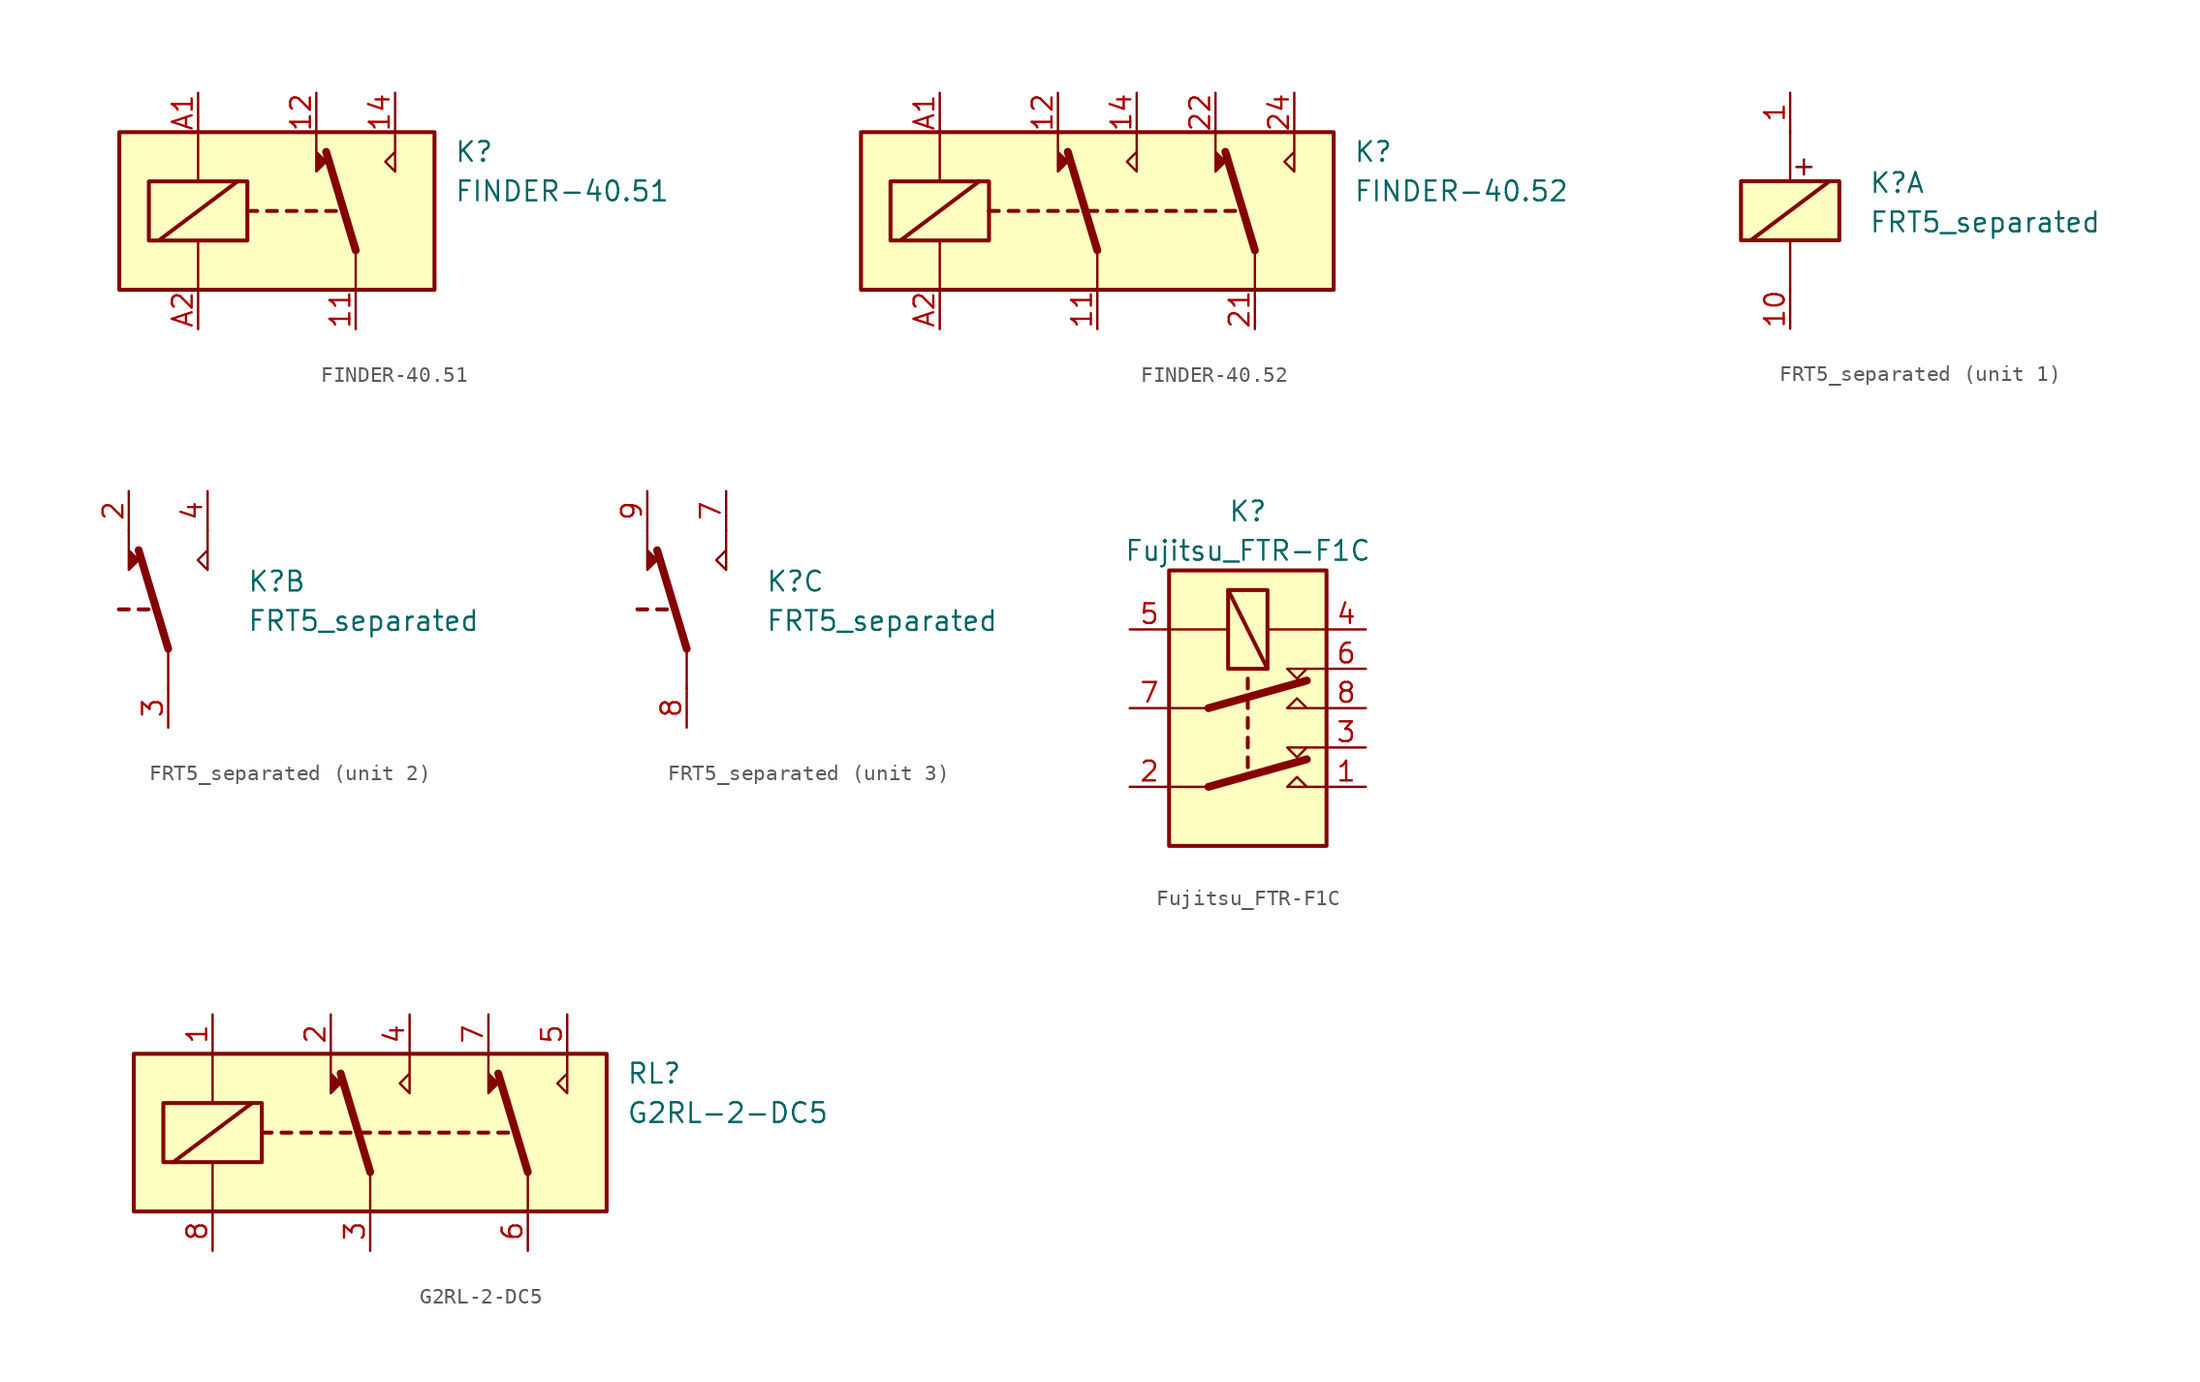
<source format=kicad_sym>
(kicad_symbol_lib
  (version 20201005)
  (generator kicad_symbol_editor)
  (symbol "FINDER-40.51"
    (property "Reference" "K"
      (at 11.43 3.81 0)
      (effects (font (size 1.27 1.27)) (justify left)))
    (property "Value" "FINDER-40.51"
      (at 11.43 1.27 0)
      (effects (font (size 1.27 1.27)) (justify left)))
    (symbol "FINDER-40.51_0_0"
      (polyline (pts (xy 7.62 5.08) (xy 7.62 2.54) (xy 6.985 3.175) (xy 7.62 3.81)) (stroke (width 0)) (fill (type none))))
    (symbol "FINDER-40.51_0_1"
      (rectangle (start -8.255 1.905) (end -1.905 -1.905) (stroke (width 0.254)) (fill (type none)))
      (rectangle (start -10.16 5.08) (end 10.16 -5.08) (stroke (width 0.254)) (fill (type background)))
      (polyline (pts (xy -7.62 -1.905) (xy -2.54 1.905)) (stroke (width 0.254)) (fill (type none)))
      (polyline (pts (xy -5.08 -5.08) (xy -5.08 -1.905)) (stroke (width 0)) (fill (type none)))
      (polyline (pts (xy -5.08 5.08) (xy -5.08 1.905)) (stroke (width 0)) (fill (type none)))
      (polyline (pts (xy -1.905 0) (xy -1.27 0)) (stroke (width 0.254)) (fill (type none)))
      (polyline (pts (xy -0.635 0) (xy 0 0)) (stroke (width 0.254)) (fill (type none)))
      (polyline (pts (xy 0.635 0) (xy 1.27 0)) (stroke (width 0.254)) (fill (type none)))
      (polyline (pts (xy 1.905 0) (xy 2.54 0)) (stroke (width 0.254)) (fill (type none)))
      (polyline (pts (xy 3.175 0) (xy 3.81 0)) (stroke (width 0.254)) (fill (type none)))
      (polyline (pts (xy 5.08 -2.54) (xy 3.175 3.81)) (stroke (width 0.508)) (fill (type none)))
      (polyline (pts (xy 5.08 -2.54) (xy 5.08 -5.08)) (stroke (width 0)) (fill (type none)))
      (polyline (pts (xy 2.54 5.08) (xy 2.54 2.54) (xy 3.175 3.175) (xy 2.54 3.81)) (stroke (width 0)) (fill (type outline))))
    (symbol "FINDER-40.51_1_1"
      (pin passive line (at 5.08 -7.62 90) (length 2.54) (name "~" (effects (font (size 1.27 1.27)))) (number "11" (effects (font (size 1.27 1.27)))))
      (pin passive line (at 2.54 7.62 270) (length 2.54) (name "~" (effects (font (size 1.27 1.27)))) (number "12" (effects (font (size 1.27 1.27)))))
      (pin passive line (at 7.62 7.62 270) (length 2.54) (name "~" (effects (font (size 1.27 1.27)))) (number "14" (effects (font (size 1.27 1.27)))))
      (pin passive line (at -5.08 7.62 270) (length 2.54) (name "~" (effects (font (size 1.27 1.27)))) (number "A1" (effects (font (size 1.27 1.27)))))
      (pin passive line (at -5.08 -7.62 90) (length 2.54) (name "~" (effects (font (size 1.27 1.27)))) (number "A2" (effects (font (size 1.27 1.27)))))))
  (symbol "FINDER-40.52"
    (property "Reference" "K"
      (at 16.51 3.81 0)
      (effects (font (size 1.27 1.27)) (justify left)))
    (property "Value" "FINDER-40.52"
      (at 16.51 1.27 0)
      (effects (font (size 1.27 1.27)) (justify left)))
    (symbol "FINDER-40.52_0_1"
      (rectangle (start -13.335 1.905) (end -6.985 -1.905) (stroke (width 0.254)) (fill (type none)))
      (rectangle (start -15.24 5.08) (end 15.24 -5.08) (stroke (width 0.254)) (fill (type background)))
      (polyline (pts (xy -12.7 -1.905) (xy -7.62 1.905)) (stroke (width 0.254)) (fill (type none)))
      (polyline (pts (xy -10.16 -5.08) (xy -10.16 -1.905)) (stroke (width 0)) (fill (type none)))
      (polyline (pts (xy -10.16 5.08) (xy -10.16 1.905)) (stroke (width 0)) (fill (type none)))
      (polyline (pts (xy -6.985 0) (xy -6.35 0)) (stroke (width 0.254)) (fill (type none)))
      (polyline (pts (xy -5.715 0) (xy -5.08 0)) (stroke (width 0.254)) (fill (type none)))
      (polyline (pts (xy -4.445 0) (xy -3.81 0)) (stroke (width 0.254)) (fill (type none)))
      (polyline (pts (xy -3.175 0) (xy -2.54 0)) (stroke (width 0.254)) (fill (type none)))
      (polyline (pts (xy -1.905 0) (xy -1.27 0)) (stroke (width 0.254)) (fill (type none)))
      (polyline (pts (xy -0.635 0) (xy 0 0)) (stroke (width 0.254)) (fill (type none)))
      (polyline (pts (xy 0 -2.54) (xy -1.905 3.81)) (stroke (width 0.508)) (fill (type none)))
      (polyline (pts (xy 0 -2.54) (xy 0 -5.08)) (stroke (width 0)) (fill (type none)))
      (polyline (pts (xy 0.635 0) (xy 1.27 0)) (stroke (width 0.254)) (fill (type none)))
      (polyline (pts (xy 1.905 0) (xy 2.54 0)) (stroke (width 0.254)) (fill (type none)))
      (polyline (pts (xy 3.175 0) (xy 3.81 0)) (stroke (width 0.254)) (fill (type none)))
      (polyline (pts (xy 4.445 0) (xy 5.08 0)) (stroke (width 0.254)) (fill (type none)))
      (polyline (pts (xy 5.715 0) (xy 6.35 0)) (stroke (width 0.254)) (fill (type none)))
      (polyline (pts (xy 6.985 0) (xy 7.62 0)) (stroke (width 0.254)) (fill (type none)))
      (polyline (pts (xy 8.255 0) (xy 8.89 0)) (stroke (width 0.254)) (fill (type none)))
      (polyline (pts (xy 10.16 -2.54) (xy 8.255 3.81)) (stroke (width 0.508)) (fill (type none)))
      (polyline (pts (xy 10.16 -2.54) (xy 10.16 -5.08)) (stroke (width 0)) (fill (type none)))
      (polyline (pts (xy 2.54 5.08) (xy 2.54 2.54) (xy 1.905 3.175) (xy 2.54 3.81)) (stroke (width 0)) (fill (type none)))
      (polyline (pts (xy 12.7 5.08) (xy 12.7 2.54) (xy 12.065 3.175) (xy 12.7 3.81)) (stroke (width 0)) (fill (type none)))
      (polyline (pts (xy -2.54 5.08) (xy -2.54 2.54) (xy -1.905 3.175) (xy -2.54 3.81)) (stroke (width 0)) (fill (type outline)))
      (polyline (pts (xy 7.62 5.08) (xy 7.62 2.54) (xy 8.255 3.175) (xy 7.62 3.81)) (stroke (width 0)) (fill (type outline))))
    (symbol "FINDER-40.52_1_1"
      (pin passive line (at 0 -7.62 90) (length 2.54) (name "~" (effects (font (size 1.27 1.27)))) (number "11" (effects (font (size 1.27 1.27)))))
      (pin passive line (at -2.54 7.62 270) (length 2.54) (name "~" (effects (font (size 1.27 1.27)))) (number "12" (effects (font (size 1.27 1.27)))))
      (pin passive line (at 2.54 7.62 270) (length 2.54) (name "~" (effects (font (size 1.27 1.27)))) (number "14" (effects (font (size 1.27 1.27)))))
      (pin passive line (at 10.16 -7.62 90) (length 2.54) (name "~" (effects (font (size 1.27 1.27)))) (number "21" (effects (font (size 1.27 1.27)))))
      (pin passive line (at 7.62 7.62 270) (length 2.54) (name "~" (effects (font (size 1.27 1.27)))) (number "22" (effects (font (size 1.27 1.27)))))
      (pin passive line (at 12.7 7.62 270) (length 2.54) (name "~" (effects (font (size 1.27 1.27)))) (number "24" (effects (font (size 1.27 1.27)))))
      (pin passive line (at -10.16 7.62 270) (length 2.54) (name "~" (effects (font (size 1.27 1.27)))) (number "A1" (effects (font (size 1.27 1.27)))))
      (pin passive line (at -10.16 -7.62 90) (length 2.54) (name "~" (effects (font (size 1.27 1.27)))) (number "A2" (effects (font (size 1.27 1.27)))))))
  (symbol "FRT5_separated"
    (property "Reference" "K"
      (at 5.08 2.54 0)
      (effects (font (size 1.27 1.27)) (justify left top)))
    (property "Value" "FRT5_separated"
      (at 5.08 0 0)
      (effects (font (size 1.27 1.27)) (justify left top)))
    (symbol "FRT5_separated_1_0"
      (text "+" (at 0.889 2.921 0) (effects (font (size 1.27 1.27)))))
    (symbol "FRT5_separated_1_1"
      (rectangle (start -3.175 1.905) (end 3.175 -1.905) (stroke (width 0.254)) (fill (type background)))
      (polyline (pts (xy -2.54 -1.905) (xy 2.54 1.905)) (stroke (width 0.254)) (fill (type none)))
      (polyline (pts (xy 0 -5.08) (xy 0 -1.905)) (stroke (width 0)) (fill (type none)))
      (polyline (pts (xy 0 5.08) (xy 0 1.905)) (stroke (width 0)) (fill (type none)))
      (pin passive line (at 0 7.62 270) (length 2.54) (name "~" (effects (font (size 1.27 1.27)))) (number "1" (effects (font (size 1.27 1.27)))))
      (pin passive line (at 0 -7.62 90) (length 2.54) (name "~" (effects (font (size 1.27 1.27)))) (number "10" (effects (font (size 1.27 1.27))))))
    (symbol "FRT5_separated_2_1"
      (polyline (pts (xy -3.175 0) (xy -2.54 0)) (stroke (width 0.254)) (fill (type none)))
      (polyline (pts (xy -1.905 0) (xy -1.27 0)) (stroke (width 0.254)) (fill (type none)))
      (polyline (pts (xy 0 -2.54) (xy -1.905 3.81)) (stroke (width 0.508)) (fill (type none)))
      (polyline (pts (xy 0 -2.54) (xy 0 -5.08)) (stroke (width 0)) (fill (type none)))
      (polyline (pts (xy 2.54 5.08) (xy 2.54 2.54) (xy 1.905 3.175) (xy 2.54 3.81)) (stroke (width 0)) (fill (type none)))
      (polyline (pts (xy -2.54 5.08) (xy -2.54 2.54) (xy -1.905 3.175) (xy -2.54 3.81)) (stroke (width 0)) (fill (type outline)))
      (pin passive line (at -2.54 7.62 270) (length 2.54) (name "~" (effects (font (size 1.27 1.27)))) (number "2" (effects (font (size 1.27 1.27)))))
      (pin passive line (at 0 -7.62 90) (length 2.54) (name "~" (effects (font (size 1.27 1.27)))) (number "3" (effects (font (size 1.27 1.27)))))
      (pin passive line (at 2.54 7.62 270) (length 2.54) (name "~" (effects (font (size 1.27 1.27)))) (number "4" (effects (font (size 1.27 1.27))))))
    (symbol "FRT5_separated_3_1"
      (polyline (pts (xy -3.175 0) (xy -2.54 0)) (stroke (width 0.254)) (fill (type none)))
      (polyline (pts (xy -1.905 0) (xy -1.27 0)) (stroke (width 0.254)) (fill (type none)))
      (polyline (pts (xy 0 -2.54) (xy -1.905 3.81)) (stroke (width 0.508)) (fill (type none)))
      (polyline (pts (xy 0 -2.54) (xy 0 -5.08)) (stroke (width 0)) (fill (type none)))
      (polyline (pts (xy 2.54 5.08) (xy 2.54 2.54) (xy 1.905 3.175) (xy 2.54 3.81)) (stroke (width 0)) (fill (type none)))
      (polyline (pts (xy -2.54 5.08) (xy -2.54 2.54) (xy -1.905 3.175) (xy -2.54 3.81)) (stroke (width 0)) (fill (type outline)))
      (pin passive line (at 2.54 7.62 270) (length 2.54) (name "~" (effects (font (size 1.27 1.27)))) (number "7" (effects (font (size 1.27 1.27)))))
      (pin passive line (at 0 -7.62 90) (length 2.54) (name "~" (effects (font (size 1.27 1.27)))) (number "8" (effects (font (size 1.27 1.27)))))
      (pin passive line (at -2.54 7.62 270) (length 2.54) (name "~" (effects (font (size 1.27 1.27)))) (number "9" (effects (font (size 1.27 1.27)))))))
  (symbol "Fujitsu_FTR-F1C"
    (property "Reference" "K"
      (at 0 12.7 0)
      (effects (font (size 1.27 1.27))))
    (property "Value" "Fujitsu_FTR-F1C"
      (at 0 10.16 0)
      (effects (font (size 1.27 1.27))))
    (symbol "Fujitsu_FTR-F1C_0_1"
      (rectangle (start -1.27 7.62) (end 1.27 2.54) (stroke (width 0.254)) (fill (type none)))
      (polyline (pts (xy -1.27 7.62) (xy 1.27 2.54)) (stroke (width 0.254)) (fill (type none)))
      (polyline (pts (xy 5.08 -2.54) (xy 2.54 -2.54) (xy 3.175 -3.175) (xy 3.81 -2.54)) (stroke (width 0)) (fill (type none)))
      (polyline (pts (xy 5.08 2.54) (xy 2.54 2.54) (xy 3.175 1.905) (xy 3.81 2.54)) (stroke (width 0)) (fill (type none))))
    (symbol "Fujitsu_FTR-F1C_1_1"
      (rectangle (start 5.08 8.89) (end -5.08 -8.89) (stroke (width 0.254)) (fill (type background)))
      (polyline (pts (xy -2.54 -5.08) (xy -5.08 -5.08)) (stroke (width 0)) (fill (type none)))
      (polyline (pts (xy -2.54 -5.08) (xy 3.81 -3.302)) (stroke (width 0.508)) (fill (type none)))
      (polyline (pts (xy -2.54 0) (xy -5.08 0)) (stroke (width 0)) (fill (type none)))
      (polyline (pts (xy -2.54 0) (xy 3.81 1.778)) (stroke (width 0.508)) (fill (type none)))
      (polyline (pts (xy 0 -3.175) (xy 0 -3.81)) (stroke (width 0.254)) (fill (type none)))
      (polyline (pts (xy 0 -1.905) (xy 0 -2.54)) (stroke (width 0.254)) (fill (type none)))
      (polyline (pts (xy 0 -0.635) (xy 0 -1.27)) (stroke (width 0.254)) (fill (type none)))
      (polyline (pts (xy 0 0.635) (xy 0 0)) (stroke (width 0.254)) (fill (type none)))
      (polyline (pts (xy 0 1.905) (xy 0 1.27)) (stroke (width 0.254)) (fill (type none)))
      (polyline (pts (xy 5.08 5.08) (xy 1.27 5.08)) (stroke (width 0)) (fill (type none)))
      (polyline (pts (xy -5.08 5.08) (xy -1.27 5.08) (xy -1.524 5.08)) (stroke (width 0)) (fill (type none)))
      (polyline (pts (xy 5.08 -5.08) (xy 2.54 -5.08) (xy 3.175 -4.445) (xy 3.81 -5.08)) (stroke (width 0)) (fill (type none)))
      (polyline (pts (xy 5.08 0) (xy 2.54 0) (xy 3.175 0.635) (xy 3.81 0)) (stroke (width 0)) (fill (type none)))
      (pin passive line (at 7.62 -5.08 180) (length 2.54) (name "~" (effects (font (size 1.27 1.27)))) (number "1" (effects (font (size 1.27 1.27)))))
      (pin passive line (at -7.62 -5.08 0) (length 2.54) (name "~" (effects (font (size 1.27 1.27)))) (number "2" (effects (font (size 1.27 1.27)))))
      (pin passive line (at 7.62 -2.54 180) (length 2.54) (name "~" (effects (font (size 1.27 1.27)))) (number "3" (effects (font (size 1.27 1.27)))))
      (pin passive line (at 7.62 5.08 180) (length 2.54) (name "~" (effects (font (size 1.27 1.27)))) (number "4" (effects (font (size 1.27 1.27)))))
      (pin passive line (at -7.62 5.08 0) (length 2.54) (name "~" (effects (font (size 1.27 1.27)))) (number "5" (effects (font (size 1.27 1.27)))))
      (pin passive line (at 7.62 2.54 180) (length 2.54) (name "~" (effects (font (size 1.27 1.27)))) (number "6" (effects (font (size 1.27 1.27)))))
      (pin passive line (at -7.62 0 0) (length 2.54) (name "~" (effects (font (size 1.27 1.27)))) (number "7" (effects (font (size 1.27 1.27)))))
      (pin passive line (at 7.62 0 180) (length 2.54) (name "~" (effects (font (size 1.27 1.27)))) (number "8" (effects (font (size 1.27 1.27)))))))
  (symbol "G2RL-2-DC5"
    (property "Reference" "RL"
      (at 16.51 3.81 0)
      (effects (font (size 1.27 1.27)) (justify left)))
    (property "Value" "G2RL-2-DC5"
      (at 16.51 1.27 0)
      (effects (font (size 1.27 1.27)) (justify left)))
    (symbol "G2RL-2-DC5_0_1"
      (rectangle (start -13.335 1.905) (end -6.985 -1.905) (stroke (width 0.254)) (fill (type none)))
      (rectangle (start -15.24 5.08) (end 15.24 -5.08) (stroke (width 0.254)) (fill (type background)))
      (polyline (pts (xy -12.7 -1.905) (xy -7.62 1.905)) (stroke (width 0.254)) (fill (type none)))
      (polyline (pts (xy -10.16 -5.08) (xy -10.16 -1.905)) (stroke (width 0)) (fill (type none)))
      (polyline (pts (xy -10.16 5.08) (xy -10.16 1.905)) (stroke (width 0)) (fill (type none)))
      (polyline (pts (xy -6.985 0) (xy -6.35 0)) (stroke (width 0.254)) (fill (type none)))
      (polyline (pts (xy -5.715 0) (xy -5.08 0)) (stroke (width 0.254)) (fill (type none)))
      (polyline (pts (xy -4.445 0) (xy -3.81 0)) (stroke (width 0.254)) (fill (type none)))
      (polyline (pts (xy -3.175 0) (xy -2.54 0)) (stroke (width 0.254)) (fill (type none)))
      (polyline (pts (xy -1.905 0) (xy -1.27 0)) (stroke (width 0.254)) (fill (type none)))
      (polyline (pts (xy -0.635 0) (xy 0 0)) (stroke (width 0.254)) (fill (type none)))
      (polyline (pts (xy 0 -2.54) (xy -1.905 3.81)) (stroke (width 0.508)) (fill (type none)))
      (polyline (pts (xy 0 -2.54) (xy 0 -5.08)) (stroke (width 0)) (fill (type none)))
      (polyline (pts (xy 0.635 0) (xy 1.27 0)) (stroke (width 0.254)) (fill (type none)))
      (polyline (pts (xy 1.905 0) (xy 2.54 0)) (stroke (width 0.254)) (fill (type none)))
      (polyline (pts (xy 3.175 0) (xy 3.81 0)) (stroke (width 0.254)) (fill (type none)))
      (polyline (pts (xy 4.445 0) (xy 5.08 0)) (stroke (width 0.254)) (fill (type none)))
      (polyline (pts (xy 5.715 0) (xy 6.35 0)) (stroke (width 0.254)) (fill (type none)))
      (polyline (pts (xy 6.985 0) (xy 7.62 0)) (stroke (width 0.254)) (fill (type none)))
      (polyline (pts (xy 8.255 0) (xy 8.89 0)) (stroke (width 0.254)) (fill (type none)))
      (polyline (pts (xy 10.16 -2.54) (xy 8.255 3.81)) (stroke (width 0.508)) (fill (type none)))
      (polyline (pts (xy 10.16 -2.54) (xy 10.16 -5.08)) (stroke (width 0)) (fill (type none)))
      (polyline (pts (xy 2.54 5.08) (xy 2.54 2.54) (xy 1.905 3.175) (xy 2.54 3.81)) (stroke (width 0)) (fill (type none)))
      (polyline (pts (xy 12.7 5.08) (xy 12.7 2.54) (xy 12.065 3.175) (xy 12.7 3.81)) (stroke (width 0)) (fill (type none)))
      (polyline (pts (xy -2.54 5.08) (xy -2.54 2.54) (xy -1.905 3.175) (xy -2.54 3.81)) (stroke (width 0)) (fill (type outline)))
      (polyline (pts (xy 7.62 5.08) (xy 7.62 2.54) (xy 8.255 3.175) (xy 7.62 3.81)) (stroke (width 0)) (fill (type outline))))
    (symbol "G2RL-2-DC5_1_1"
      (pin passive line (at -10.16 7.62 270) (length 2.54) (name "~" (effects (font (size 1.27 1.27)))) (number "1" (effects (font (size 1.27 1.27)))))
      (pin passive line (at -2.54 7.62 270) (length 2.54) (name "~" (effects (font (size 1.27 1.27)))) (number "2" (effects (font (size 1.27 1.27)))))
      (pin passive line (at 0 -7.62 90) (length 2.54) (name "~" (effects (font (size 1.27 1.27)))) (number "3" (effects (font (size 1.27 1.27)))))
      (pin passive line (at 2.54 7.62 270) (length 2.54) (name "~" (effects (font (size 1.27 1.27)))) (number "4" (effects (font (size 1.27 1.27)))))
      (pin passive line (at 12.7 7.62 270) (length 2.54) (name "~" (effects (font (size 1.27 1.27)))) (number "5" (effects (font (size 1.27 1.27)))))
      (pin passive line (at 10.16 -7.62 90) (length 2.54) (name "~" (effects (font (size 1.27 1.27)))) (number "6" (effects (font (size 1.27 1.27)))))
      (pin passive line (at 7.62 7.62 270) (length 2.54) (name "~" (effects (font (size 1.27 1.27)))) (number "7" (effects (font (size 1.27 1.27)))))
      (pin passive line (at -10.16 -7.62 90) (length 2.54) (name "~" (effects (font (size 1.27 1.27)))) (number "8" (effects (font (size 1.27 1.27))))))))
</source>
